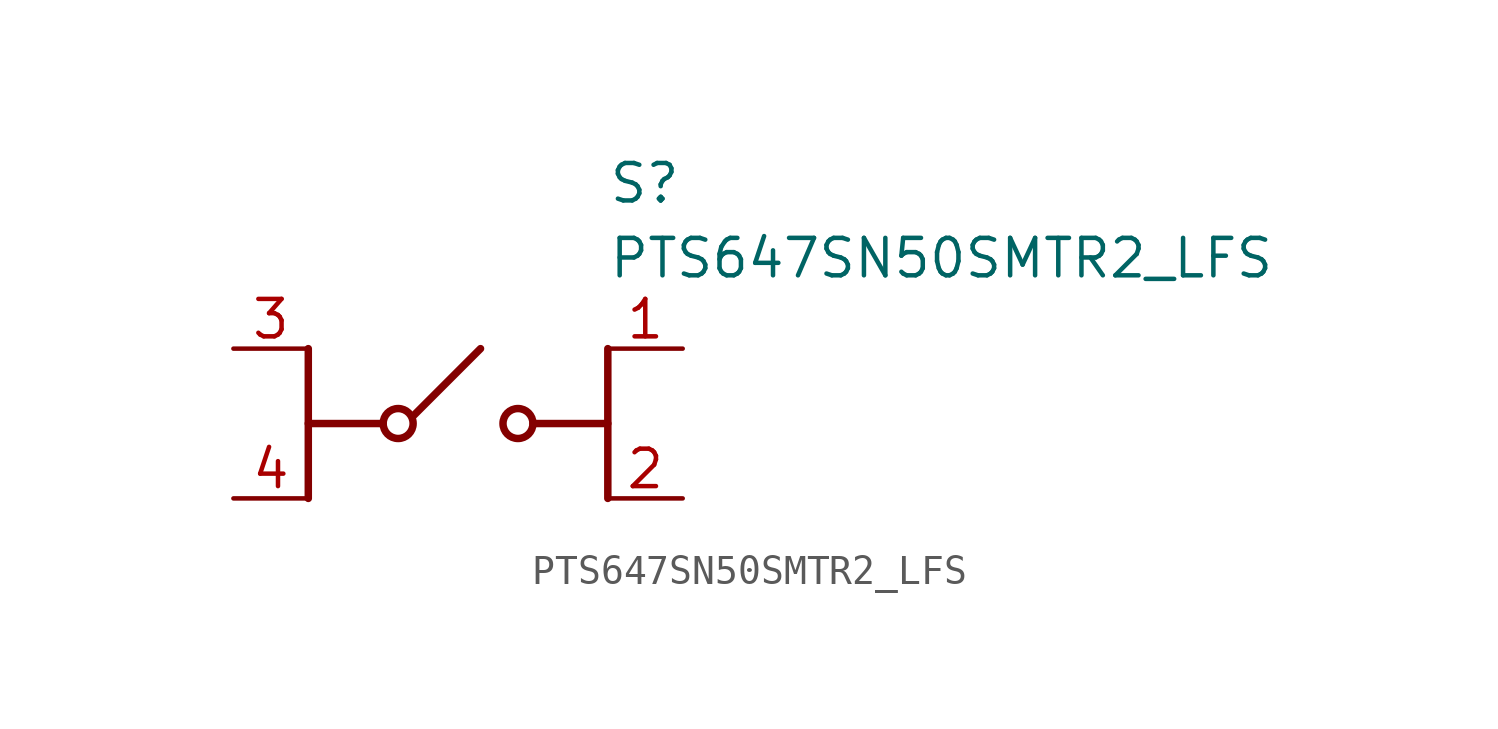
<source format=kicad_sym>
(kicad_symbol_lib
  (version 20211014)
  (generator SamacSys_ECAD_Model)
  (symbol "PTS647SN50SMTR2_LFS"
    (pin_names hide)
    (property "Reference" "S"
      (at 12.7 6.35 0)
      (effects (font (size 1.27 1.27)) (justify left top)))
    (property "Value" "PTS647SN50SMTR2_LFS"
      (at 12.7 3.81 0)
      (effects (font (size 1.27 1.27)) (justify left top)))
    (polyline
      (pts (xy 2.54 -5.08) (xy 2.54 0))
      (stroke (width 0.254) (type default))
      (fill (type none)))
    (polyline
      (pts (xy 2.54 -2.54) (xy 5.08 -2.54))
      (stroke (width 0.254) (type default))
      (fill (type none)))
    (polyline
      (pts (xy 10.16 -2.54) (xy 12.7 -2.54))
      (stroke (width 0.254) (type default))
      (fill (type none)))
    (polyline
      (pts (xy 12.7 -5.08) (xy 12.7 0))
      (stroke (width 0.254) (type default))
      (fill (type none)))
    (polyline
      (pts (xy 6.096 -2.286) (xy 8.382 0))
      (stroke (width 0.254) (type default))
      (fill (type none)))
    (circle
      (center 5.588 -2.54)
      (radius 0.508)
      (stroke (width 0.254) (type default))
      (fill (type none)))
    (circle
      (center 9.652 -2.54)
      (radius 0.508)
      (stroke (width 0.254) (type default))
      (fill (type none)))
    (pin passive line
      (at 0 0 0)
      (length 2.54)
      (name "COM_1" (effects (font (size 1.27 1.27))))
      (number "3" (effects (font (size 1.27 1.27)))))
    (pin passive line
      (at 0 -5.08 0)
      (length 2.54)
      (name "COM_2" (effects (font (size 1.27 1.27))))
      (number "4" (effects (font (size 1.27 1.27)))))
    (pin passive line
      (at 15.24 0 180)
      (length 2.54)
      (name "NO_1" (effects (font (size 1.27 1.27))))
      (number "1" (effects (font (size 1.27 1.27)))))
    (pin passive line
      (at 15.24 -5.08 180)
      (length 2.54)
      (name "NO_2" (effects (font (size 1.27 1.27))))
      (number "2" (effects (font (size 1.27 1.27)))))))
</source>
